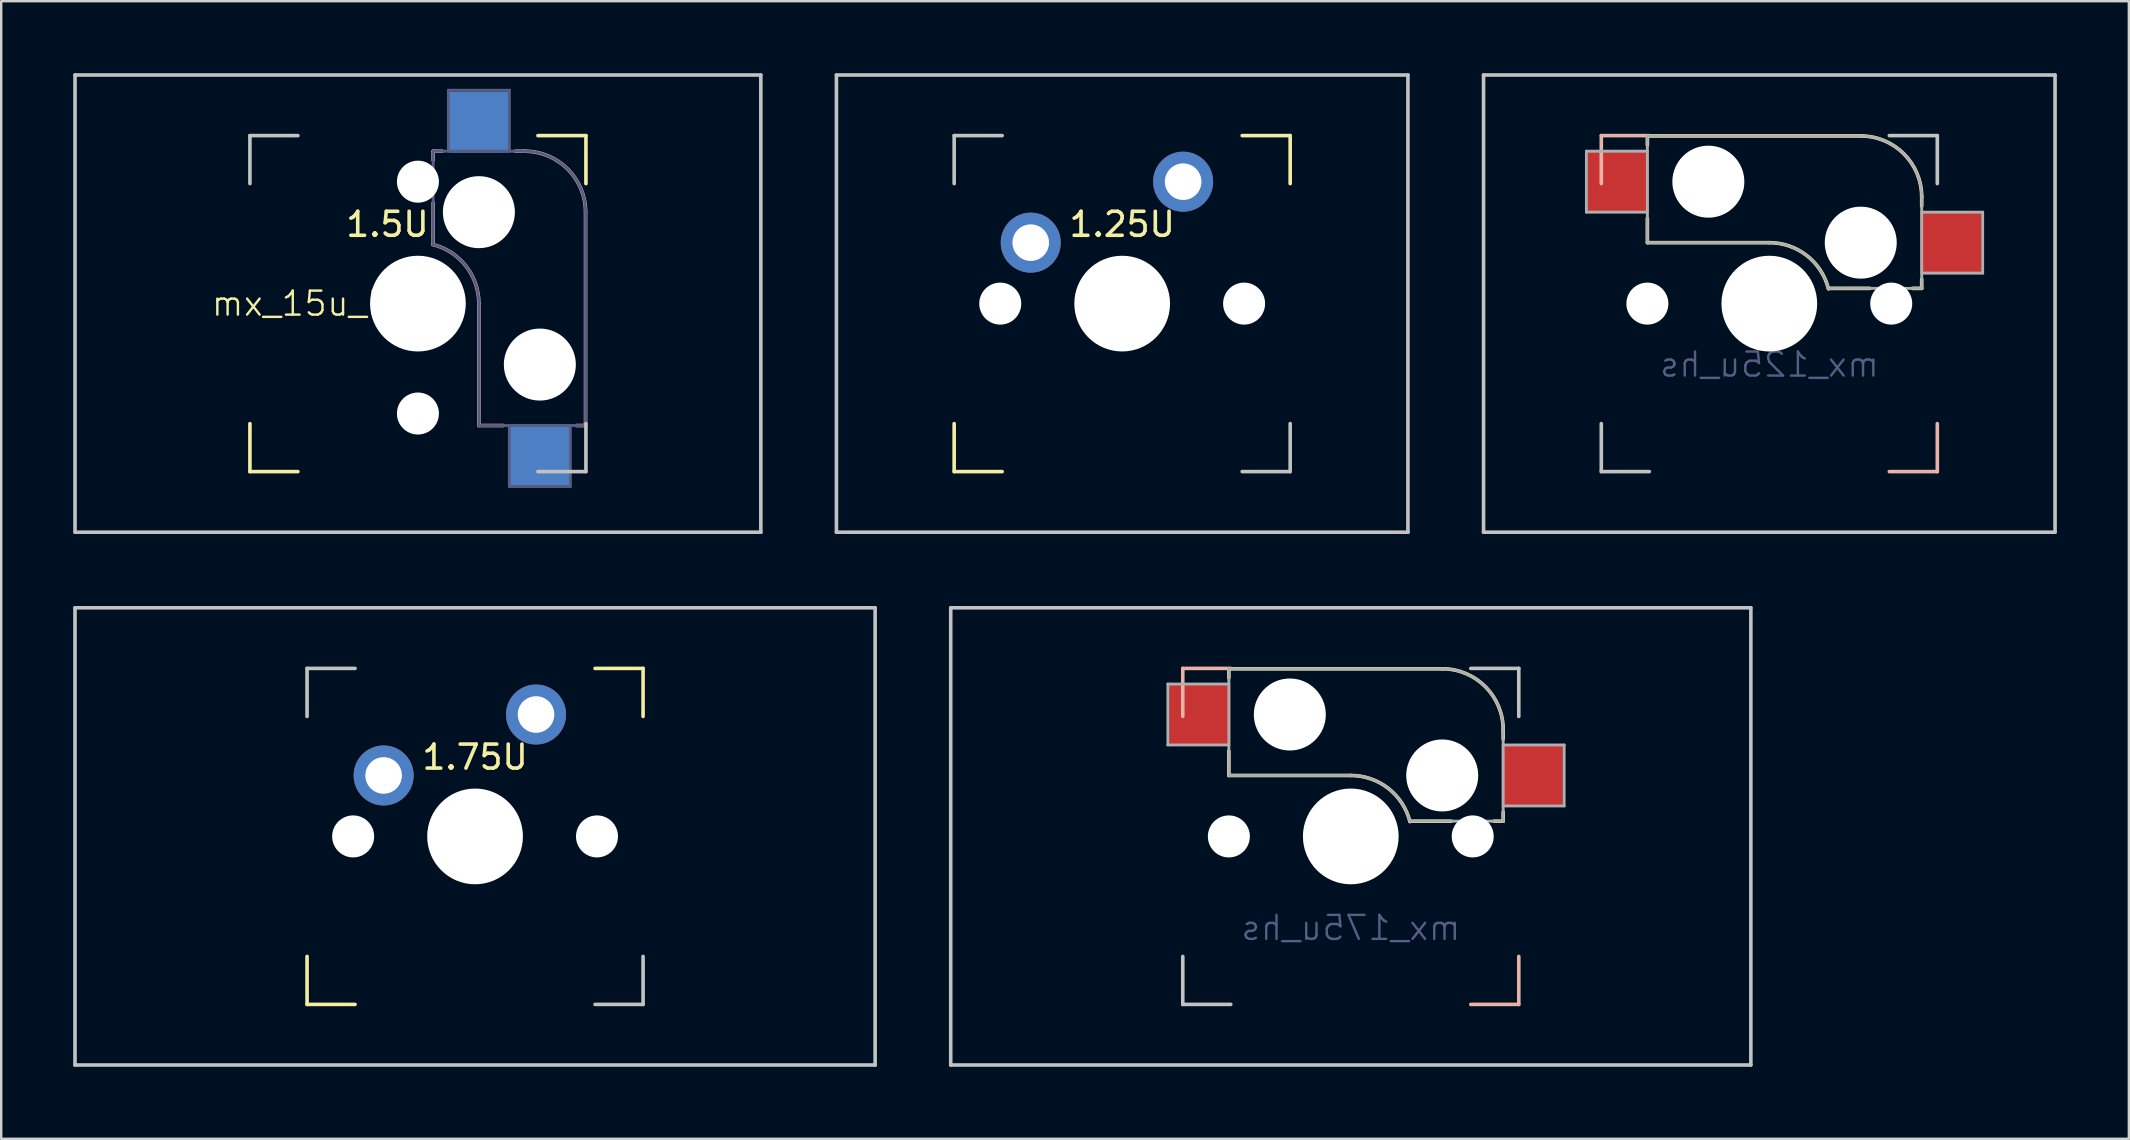
<source format=kicad_pcb>
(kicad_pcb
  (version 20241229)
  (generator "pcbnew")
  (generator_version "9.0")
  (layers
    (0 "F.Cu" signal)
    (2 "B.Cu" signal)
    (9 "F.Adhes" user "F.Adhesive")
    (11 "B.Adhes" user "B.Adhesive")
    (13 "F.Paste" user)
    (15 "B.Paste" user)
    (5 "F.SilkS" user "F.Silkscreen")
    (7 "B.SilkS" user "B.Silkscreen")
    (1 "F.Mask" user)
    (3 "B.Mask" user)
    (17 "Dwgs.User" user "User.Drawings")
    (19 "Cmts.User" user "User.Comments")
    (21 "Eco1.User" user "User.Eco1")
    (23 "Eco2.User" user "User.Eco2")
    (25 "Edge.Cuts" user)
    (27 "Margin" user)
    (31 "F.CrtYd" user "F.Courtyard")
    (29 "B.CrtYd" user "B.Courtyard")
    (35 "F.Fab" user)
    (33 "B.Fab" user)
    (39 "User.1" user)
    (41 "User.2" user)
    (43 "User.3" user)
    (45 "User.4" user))
  (footprint "mx_175u"
    (layer "F.Cu")
    (at 16.744 31.8)
    (property "Reference" "mx_175u" (at 0 3.429 0) (layer "User.1") (effects (font (size 1 1) (thickness 0.15))))
    (attr through_hole)
    (fp_line (start -7 5) (end -7 7) (stroke (width 0.15) (type solid)) (layer "F.SilkS"))
    (fp_line (start -7 7) (end -5 7) (stroke (width 0.15) (type solid)) (layer "F.SilkS"))
    (fp_line (start 5 -7) (end 7 -7) (stroke (width 0.15) (type solid)) (layer "F.SilkS"))
    (fp_line (start 7 -7) (end 7 -5) (stroke (width 0.15) (type solid)) (layer "F.SilkS"))
    (fp_line (start -16.669 -9.525) (end 16.669 -9.525) (stroke (width 0.15) (type solid)) (layer "Dwgs.User"))
    (fp_line (start -16.669 9.525) (end -16.669 -9.525) (stroke (width 0.15) (type solid)) (layer "Dwgs.User"))
    (fp_line (start -16.669 9.525) (end 16.669 9.525) (stroke (width 0.15) (type solid)) (layer "Dwgs.User"))
    (fp_line (start -7 -7) (end -7 -5) (stroke (width 0.15) (type solid)) (layer "Dwgs.User"))
    (fp_line (start -5 -7) (end -7 -7) (stroke (width 0.15) (type solid)) (layer "Dwgs.User"))
    (fp_line (start 5 7) (end 7 7) (stroke (width 0.15) (type solid)) (layer "Dwgs.User"))
    (fp_line (start 7 7) (end 7 5) (stroke (width 0.15) (type solid)) (layer "Dwgs.User"))
    (fp_line (start 16.669 -9.525) (end 16.669 9.525) (stroke (width 0.15) (type solid)) (layer "Dwgs.User"))
    (fp_text user "1.75U" (at 0 -3.302 0) (layer "F.SilkS") (effects (font (size 1 1) (thickness 0.15))))
    (pad "" np_thru_hole circle (at -5.08 0 48.1) (size 1.75 1.75) (drill 1.75) (layers "*.Cu" "*.Mask"))
    (pad "" np_thru_hole circle (at 0 0) (size 3.988 3.988) (drill 3.988) (layers "*.Cu" "*.Mask"))
    (pad "" np_thru_hole circle (at 5.08 0 48.1) (size 1.75 1.75) (drill 1.75) (layers "*.Cu" "*.Mask"))
    (pad "1" thru_hole circle (at -3.81 -2.54) (size 2.5 2.5) (drill 1.524) (layers "*.Cu" "*.Mask"))
    (pad "2" thru_hole circle (at 2.54 -5.08) (size 2.5 2.5) (drill 1.524) (layers "*.Cu" "*.Mask")))
  (footprint "mx_175u_hs"
    (layer "F.Cu")
    (at 53.231 31.8)
    (property "Reference" "mx_175u_hs" (at 0 3.81 0) (unlocked yes) (layer "B.Fab") (effects (font (size 1 1) (thickness 0.1)) (justify mirror)))
    (attr smd)
    (fp_line (start -5.08 -6.985) (end -5.08 -6.604) (stroke (width 0.15) (type solid)) (layer "F.SilkS"))
    (fp_line (start -5.08 -3.556) (end -5.08 -2.54) (stroke (width 0.15) (type solid)) (layer "F.SilkS"))
    (fp_line (start -5.08 -2.54) (end 0 -2.54) (stroke (width 0.15) (type solid)) (layer "F.SilkS"))
    (fp_line (start 2.464 -0.635) (end 4.191 -0.635) (stroke (width 0.15) (type solid)) (layer "F.SilkS"))
    (fp_line (start 3.81 -6.985) (end -5.08 -6.985) (stroke (width 0.15) (type solid)) (layer "F.SilkS"))
    (fp_line (start 5.969 -0.635) (end 6.35 -0.635) (stroke (width 0.15) (type solid)) (layer "F.SilkS"))
    (fp_line (start 6.35 -4.445) (end 6.35 -4.064) (stroke (width 0.15) (type solid)) (layer "F.SilkS"))
    (fp_line (start 6.35 -1.016) (end 6.35 -0.635) (stroke (width 0.15) (type solid)) (layer "F.SilkS"))
    (fp_arc (start 0 -2.539999) (mid 1.563147 -2.002041) (end 2.464162 -0.616039) (stroke (width 0.15) (type solid)) (layer "F.SilkS"))
    (fp_arc (start 3.81 -6.984999) (mid 5.606051 -6.24105) (end 6.35 -4.444999) (stroke (width 0.15) (type solid)) (layer "F.SilkS"))
    (fp_line (start -7 -7) (end -7 -5) (stroke (width 0.15) (type solid)) (layer "B.SilkS"))
    (fp_line (start -5 -7) (end -7 -7) (stroke (width 0.15) (type solid)) (layer "B.SilkS"))
    (fp_line (start 7 5) (end 7 7) (stroke (width 0.15) (type solid)) (layer "B.SilkS"))
    (fp_line (start 7 7) (end 5 7) (stroke (width 0.15) (type solid)) (layer "B.SilkS"))
    (fp_line (start -16.669 -9.525) (end -16.669 9.525) (stroke (width 0.15) (type solid)) (layer "Dwgs.User"))
    (fp_line (start -7 7) (end -7 5) (stroke (width 0.15) (type solid)) (layer "Dwgs.User"))
    (fp_line (start -5 7) (end -7 7) (stroke (width 0.15) (type solid)) (layer "Dwgs.User"))
    (fp_line (start 5 -7) (end 7 -7) (stroke (width 0.15) (type solid)) (layer "Dwgs.User"))
    (fp_line (start 7 -7) (end 7 -5) (stroke (width 0.15) (type solid)) (layer "Dwgs.User"))
    (fp_line (start 16.669 -9.525) (end -16.669 -9.525) (stroke (width 0.15) (type solid)) (layer "Dwgs.User"))
    (fp_line (start 16.669 9.525) (end -16.669 9.525) (stroke (width 0.15) (type solid)) (layer "Dwgs.User"))
    (fp_line (start 16.669 9.525) (end 16.669 -9.525) (stroke (width 0.15) (type solid)) (layer "Dwgs.User"))
    (fp_line (start -7.62 -6.35) (end -7.62 -3.81) (stroke (width 0.12) (type solid)) (layer "F.Fab"))
    (fp_line (start -7.62 -3.81) (end -5.08 -3.81) (stroke (width 0.12) (type solid)) (layer "F.Fab"))
    (fp_line (start -5.08 -6.985) (end -5.08 -2.54) (stroke (width 0.12) (type solid)) (layer "F.Fab"))
    (fp_line (start -5.08 -6.35) (end -7.62 -6.35) (stroke (width 0.12) (type solid)) (layer "F.Fab"))
    (fp_line (start -5.08 -2.54) (end 0 -2.54) (stroke (width 0.12) (type solid)) (layer "F.Fab"))
    (fp_line (start 3.81 -6.985) (end -5.08 -6.985) (stroke (width 0.12) (type solid)) (layer "F.Fab"))
    (fp_line (start 6.35 -1.27) (end 8.89 -1.27) (stroke (width 0.12) (type solid)) (layer "F.Fab"))
    (fp_line (start 6.35 -0.635) (end 2.54 -0.635) (stroke (width 0.12) (type solid)) (layer "F.Fab"))
    (fp_line (start 6.35 -0.635) (end 6.35 -4.445) (stroke (width 0.12) (type solid)) (layer "F.Fab"))
    (fp_line (start 8.89 -3.81) (end 6.35 -3.81) (stroke (width 0.12) (type solid)) (layer "F.Fab"))
    (fp_line (start 8.89 -1.27) (end 8.89 -3.81) (stroke (width 0.12) (type solid)) (layer "F.Fab"))
    (fp_arc (start 0 -2.539999) (mid 1.563147 -2.002041) (end 2.464162 -0.616039) (stroke (width 0.12) (type solid)) (layer "F.Fab"))
    (fp_arc (start 3.81 -6.984999) (mid 5.606051 -6.24105) (end 6.35 -4.444999) (stroke (width 0.12) (type solid)) (layer "F.Fab"))
    (pad "" np_thru_hole circle (at -5.08 0 131.9) (size 1.75 1.75) (drill 1.75) (layers "*.Cu" "*.Mask"))
    (pad "" np_thru_hole circle (at -2.54 -5.08 180) (size 3 3) (drill 3) (layers "*.Cu" "*.Mask"))
    (pad "" np_thru_hole circle (at 0 0 180) (size 3.988 3.988) (drill 3.988) (layers "*.Cu" "*.Mask"))
    (pad "" np_thru_hole circle (at 3.81 -2.54 180) (size 3 3) (drill 3) (layers "*.Cu" "*.Mask"))
    (pad "" np_thru_hole circle (at 5.08 0 131.9) (size 1.75 1.75) (drill 1.75) (layers "*.Cu" "*.Mask"))
    (pad "1" smd rect (at 7.56 -2.54 180) (size 2.55 2.5) (layers "F.Cu" "F.Mask" "F.Paste"))
    (pad "2" smd rect (at -6.29 -5.08 180) (size 2.55 2.5) (layers "F.Cu" "F.Mask" "F.Paste")))
  (footprint "mx_15u_hs_r"
    (layer "F.Cu")
    (at 14.363 9.6)
    (property "Reference" "mx_15u_hs_r" (at -3.81 0 0) (unlocked yes) (layer "F.SilkS") (effects (font (size 1 1) (thickness 0.1))))
    (attr smd)
    (fp_line (start -7 5) (end -7 7) (stroke (width 0.15) (type solid)) (layer "F.SilkS"))
    (fp_line (start -7 7) (end -5 7) (stroke (width 0.15) (type solid)) (layer "F.SilkS"))
    (fp_line (start 5 -7) (end 7 -7) (stroke (width 0.15) (type solid)) (layer "F.SilkS"))
    (fp_line (start 7 -7) (end 7 -5) (stroke (width 0.15) (type solid)) (layer "F.SilkS"))
    (fp_line (start 0.635 -5.969) (end 0.635 -6.35) (stroke (width 0.15) (type solid)) (layer "B.SilkS"))
    (fp_line (start 0.635 -2.464) (end 0.635 -4.191) (stroke (width 0.15) (type solid)) (layer "B.SilkS"))
    (fp_line (start 1.016 -6.35) (end 0.635 -6.35) (stroke (width 0.15) (type solid)) (layer "B.SilkS"))
    (fp_line (start 2.54 5.08) (end 2.54 0) (stroke (width 0.15) (type solid)) (layer "B.SilkS"))
    (fp_line (start 3.556 5.08) (end 2.54 5.08) (stroke (width 0.15) (type solid)) (layer "B.SilkS"))
    (fp_line (start 4.445 -6.35) (end 4.064 -6.35) (stroke (width 0.15) (type solid)) (layer "B.SilkS"))
    (fp_line (start 6.985 -3.81) (end 6.985 5.08) (stroke (width 0.15) (type solid)) (layer "B.SilkS"))
    (fp_line (start 6.985 5.08) (end 6.604 5.08) (stroke (width 0.15) (type solid)) (layer "B.SilkS"))
    (fp_arc (start 0.616039 -2.464162) (mid 2.002041 -1.563147) (end 2.539999 0) (stroke (width 0.15) (type solid)) (layer "B.SilkS"))
    (fp_arc (start 4.444999 -6.35) (mid 6.24105 -5.606051) (end 6.984999 -3.81) (stroke (width 0.15) (type solid)) (layer "B.SilkS"))
    (fp_line (start -14.287 -9.525) (end 14.287 -9.525) (stroke (width 0.15) (type solid)) (layer "Dwgs.User"))
    (fp_line (start -14.287 9.525) (end -14.287 -9.525) (stroke (width 0.15) (type solid)) (layer "Dwgs.User"))
    (fp_line (start -14.287 9.525) (end 14.287 9.525) (stroke (width 0.15) (type solid)) (layer "Dwgs.User"))
    (fp_line (start -7 -7) (end -7 -5) (stroke (width 0.15) (type solid)) (layer "Dwgs.User"))
    (fp_line (start -5 -7) (end -7 -7) (stroke (width 0.15) (type solid)) (layer "Dwgs.User"))
    (fp_line (start 5 7) (end 7 7) (stroke (width 0.15) (type solid)) (layer "Dwgs.User"))
    (fp_line (start 7 7) (end 7 5) (stroke (width 0.15) (type solid)) (layer "Dwgs.User"))
    (fp_line (start 14.287 -9.525) (end 14.287 9.525) (stroke (width 0.15) (type solid)) (layer "Dwgs.User"))
    (fp_line (start 0.635 -6.35) (end 0.635 -2.54) (stroke (width 0.12) (type solid)) (layer "B.Fab"))
    (fp_line (start 0.635 -6.35) (end 4.445 -6.35) (stroke (width 0.12) (type solid)) (layer "B.Fab"))
    (fp_line (start 1.27 -8.89) (end 3.81 -8.89) (stroke (width 0.12) (type solid)) (layer "B.Fab"))
    (fp_line (start 1.27 -6.35) (end 1.27 -8.89) (stroke (width 0.12) (type solid)) (layer "B.Fab"))
    (fp_line (start 2.54 5.08) (end 2.54 0) (stroke (width 0.12) (type solid)) (layer "B.Fab"))
    (fp_line (start 3.81 -8.89) (end 3.81 -6.35) (stroke (width 0.12) (type solid)) (layer "B.Fab"))
    (fp_line (start 3.81 7.62) (end 3.81 5.08) (stroke (width 0.12) (type solid)) (layer "B.Fab"))
    (fp_line (start 6.35 5.08) (end 6.35 7.62) (stroke (width 0.12) (type solid)) (layer "B.Fab"))
    (fp_line (start 6.35 7.62) (end 3.81 7.62) (stroke (width 0.12) (type solid)) (layer "B.Fab"))
    (fp_line (start 6.985 -3.81) (end 6.985 5.08) (stroke (width 0.12) (type solid)) (layer "B.Fab"))
    (fp_line (start 6.985 5.08) (end 2.54 5.08) (stroke (width 0.12) (type solid)) (layer "B.Fab"))
    (fp_arc (start 0.616039 -2.464162) (mid 2.002041 -1.563147) (end 2.539999 0) (stroke (width 0.12) (type solid)) (layer "B.Fab"))
    (fp_arc (start 4.444999 -6.35) (mid 6.24105 -5.606051) (end 6.984999 -3.81) (stroke (width 0.12) (type solid)) (layer "B.Fab"))
    (fp_text user "1.5U" (at -1.27 -3.302 0) (layer "F.SilkS") (effects (font (size 1 1) (thickness 0.15))))
    (pad "" np_thru_hole circle (at 0 -5.08 48.1) (size 1.75 1.75) (drill 1.75) (layers "*.Cu" "*.Mask"))
    (pad "" np_thru_hole circle (at 0 0) (size 3.988 3.988) (drill 3.988) (layers "*.Cu" "*.Mask"))
    (pad "" np_thru_hole circle (at 0 4.58 48.1) (size 1.75 1.75) (drill 1.75) (layers "*.Cu" "*.Mask"))
    (pad "" np_thru_hole circle (at 2.54 -3.81 270) (size 3 3) (drill 3) (layers "*.Cu" "*.Mask"))
    (pad "" np_thru_hole circle (at 5.08 2.54 270) (size 3 3) (drill 3) (layers "*.Cu" "*.Mask"))
    (pad "1" smd rect (at 2.54 -7.56 270) (size 2.55 2.5) (layers "B.Cu" "B.Mask" "B.Paste"))
    (pad "2" smd rect (at 5.08 6.29 270) (size 2.55 2.5) (layers "B.Cu" "B.Mask" "B.Paste")))
  (footprint "mx_125u_hs"
    (layer "F.Cu")
    (at 70.669 9.6)
    (property "Reference" "mx_125u_hs" (at 0 2.54 0) (unlocked yes) (layer "B.Fab") (effects (font (size 1 1) (thickness 0.1)) (justify mirror)))
    (attr smd)
    (fp_line (start -5.08 -6.985) (end -5.08 -6.604) (stroke (width 0.15) (type solid)) (layer "F.SilkS"))
    (fp_line (start -5.08 -3.556) (end -5.08 -2.54) (stroke (width 0.15) (type solid)) (layer "F.SilkS"))
    (fp_line (start -5.08 -2.54) (end 0 -2.54) (stroke (width 0.15) (type solid)) (layer "F.SilkS"))
    (fp_line (start 2.464 -0.635) (end 4.191 -0.635) (stroke (width 0.15) (type solid)) (layer "F.SilkS"))
    (fp_line (start 3.81 -6.985) (end -5.08 -6.985) (stroke (width 0.15) (type solid)) (layer "F.SilkS"))
    (fp_line (start 5.969 -0.635) (end 6.35 -0.635) (stroke (width 0.15) (type solid)) (layer "F.SilkS"))
    (fp_line (start 6.35 -4.445) (end 6.35 -4.064) (stroke (width 0.15) (type solid)) (layer "F.SilkS"))
    (fp_line (start 6.35 -1.016) (end 6.35 -0.635) (stroke (width 0.15) (type solid)) (layer "F.SilkS"))
    (fp_arc (start 0 -2.539999) (mid 1.563147 -2.002041) (end 2.464162 -0.616039) (stroke (width 0.15) (type solid)) (layer "F.SilkS"))
    (fp_arc (start 3.81 -6.984999) (mid 5.606051 -6.24105) (end 6.35 -4.444999) (stroke (width 0.15) (type solid)) (layer "F.SilkS"))
    (fp_line (start -7 -7) (end -7 -5) (stroke (width 0.15) (type solid)) (layer "B.SilkS"))
    (fp_line (start -5 -7) (end -7 -7) (stroke (width 0.15) (type solid)) (layer "B.SilkS"))
    (fp_line (start 7 5) (end 7 7) (stroke (width 0.15) (type solid)) (layer "B.SilkS"))
    (fp_line (start 7 7) (end 5 7) (stroke (width 0.15) (type solid)) (layer "B.SilkS"))
    (fp_line (start -11.906 -9.525) (end -11.906 9.525) (stroke (width 0.15) (type solid)) (layer "Dwgs.User"))
    (fp_line (start -7 7) (end -7 5) (stroke (width 0.15) (type solid)) (layer "Dwgs.User"))
    (fp_line (start -5 7) (end -7 7) (stroke (width 0.15) (type solid)) (layer "Dwgs.User"))
    (fp_line (start 5 -7) (end 7 -7) (stroke (width 0.15) (type solid)) (layer "Dwgs.User"))
    (fp_line (start 7 -7) (end 7 -5) (stroke (width 0.15) (type solid)) (layer "Dwgs.User"))
    (fp_line (start 11.906 -9.525) (end -11.906 -9.525) (stroke (width 0.15) (type solid)) (layer "Dwgs.User"))
    (fp_line (start 11.906 9.525) (end -11.906 9.525) (stroke (width 0.15) (type solid)) (layer "Dwgs.User"))
    (fp_line (start 11.906 9.525) (end 11.906 -9.525) (stroke (width 0.15) (type solid)) (layer "Dwgs.User"))
    (fp_line (start -7.62 -6.35) (end -7.62 -3.81) (stroke (width 0.12) (type solid)) (layer "F.Fab"))
    (fp_line (start -7.62 -3.81) (end -5.08 -3.81) (stroke (width 0.12) (type solid)) (layer "F.Fab"))
    (fp_line (start -5.08 -6.985) (end -5.08 -2.54) (stroke (width 0.12) (type solid)) (layer "F.Fab"))
    (fp_line (start -5.08 -6.35) (end -7.62 -6.35) (stroke (width 0.12) (type solid)) (layer "F.Fab"))
    (fp_line (start -5.08 -2.54) (end 0 -2.54) (stroke (width 0.12) (type solid)) (layer "F.Fab"))
    (fp_line (start 3.81 -6.985) (end -5.08 -6.985) (stroke (width 0.12) (type solid)) (layer "F.Fab"))
    (fp_line (start 6.35 -1.27) (end 8.89 -1.27) (stroke (width 0.12) (type solid)) (layer "F.Fab"))
    (fp_line (start 6.35 -0.635) (end 2.54 -0.635) (stroke (width 0.12) (type solid)) (layer "F.Fab"))
    (fp_line (start 6.35 -0.635) (end 6.35 -4.445) (stroke (width 0.12) (type solid)) (layer "F.Fab"))
    (fp_line (start 8.89 -3.81) (end 6.35 -3.81) (stroke (width 0.12) (type solid)) (layer "F.Fab"))
    (fp_line (start 8.89 -1.27) (end 8.89 -3.81) (stroke (width 0.12) (type solid)) (layer "F.Fab"))
    (fp_arc (start 0 -2.539999) (mid 1.563147 -2.002041) (end 2.464162 -0.616039) (stroke (width 0.12) (type solid)) (layer "F.Fab"))
    (fp_arc (start 3.81 -6.984999) (mid 5.606051 -6.24105) (end 6.35 -4.444999) (stroke (width 0.12) (type solid)) (layer "F.Fab"))
    (pad "" np_thru_hole circle (at -5.08 0 131.9) (size 1.75 1.75) (drill 1.75) (layers "*.Cu" "*.Mask"))
    (pad "" np_thru_hole circle (at -2.54 -5.08 180) (size 3 3) (drill 3) (layers "*.Cu" "*.Mask"))
    (pad "" np_thru_hole circle (at 0 0 180) (size 3.988 3.988) (drill 3.988) (layers "*.Cu" "*.Mask"))
    (pad "" np_thru_hole circle (at 3.81 -2.54 180) (size 3 3) (drill 3) (layers "*.Cu" "*.Mask"))
    (pad "" np_thru_hole circle (at 5.08 0 131.9) (size 1.75 1.75) (drill 1.75) (layers "*.Cu" "*.Mask"))
    (pad "1" smd rect (at 7.56 -2.54 180) (size 2.55 2.5) (layers "F.Cu" "F.Mask" "F.Paste"))
    (pad "2" smd rect (at -6.29 -5.08 180) (size 2.55 2.5) (layers "F.Cu" "F.Mask" "F.Paste")))
  (footprint "mx_125u"
    (layer "F.Cu")
    (at 43.706 9.6)
    (property "Reference" "mx_125u" (at 0 3.429 0) (layer "Eco1.User") (effects (font (size 1 1) (thickness 0.15))))
    (attr through_hole)
    (fp_line (start -7 5) (end -7 7) (stroke (width 0.15) (type solid)) (layer "F.SilkS"))
    (fp_line (start -7 7) (end -5 7) (stroke (width 0.15) (type solid)) (layer "F.SilkS"))
    (fp_line (start 5 -7) (end 7 -7) (stroke (width 0.15) (type solid)) (layer "F.SilkS"))
    (fp_line (start 7 -7) (end 7 -5) (stroke (width 0.15) (type solid)) (layer "F.SilkS"))
    (fp_line (start -11.906 -9.525) (end 11.906 -9.525) (stroke (width 0.15) (type solid)) (layer "Dwgs.User"))
    (fp_line (start -11.906 9.525) (end -11.906 -9.525) (stroke (width 0.15) (type solid)) (layer "Dwgs.User"))
    (fp_line (start -11.906 9.525) (end 11.906 9.525) (stroke (width 0.15) (type solid)) (layer "Dwgs.User"))
    (fp_line (start -7 -7) (end -7 -5) (stroke (width 0.15) (type solid)) (layer "Dwgs.User"))
    (fp_line (start -5 -7) (end -7 -7) (stroke (width 0.15) (type solid)) (layer "Dwgs.User"))
    (fp_line (start 5 7) (end 7 7) (stroke (width 0.15) (type solid)) (layer "Dwgs.User"))
    (fp_line (start 7 7) (end 7 5) (stroke (width 0.15) (type solid)) (layer "Dwgs.User"))
    (fp_line (start 11.906 -9.525) (end 11.906 9.525) (stroke (width 0.15) (type solid)) (layer "Dwgs.User"))
    (fp_text user "1.25U" (at 0 -3.302 0) (layer "F.SilkS") (effects (font (size 1 1) (thickness 0.15))))
    (pad "" np_thru_hole circle (at -5.08 0 48.1) (size 1.75 1.75) (drill 1.75) (layers "*.Cu" "*.Mask"))
    (pad "" np_thru_hole circle (at 0 0) (size 3.988 3.988) (drill 3.988) (layers "*.Cu" "*.Mask"))
    (pad "" np_thru_hole circle (at 5.08 0 48.1) (size 1.75 1.75) (drill 1.75) (layers "*.Cu" "*.Mask"))
    (pad "1" thru_hole circle (at -3.81 -2.54) (size 2.5 2.5) (drill 1.524) (layers "*.Cu" "*.Mask"))
    (pad "2" thru_hole circle (at 2.54 -5.08) (size 2.5 2.5) (drill 1.524) (layers "*.Cu" "*.Mask")))
  (gr_rect
    (start -3 -3)
    (end 85.65 44.4)
    (stroke (width 0.1) (type default))
    (fill no)
    (layer "Edge.Cuts")))
</source>
